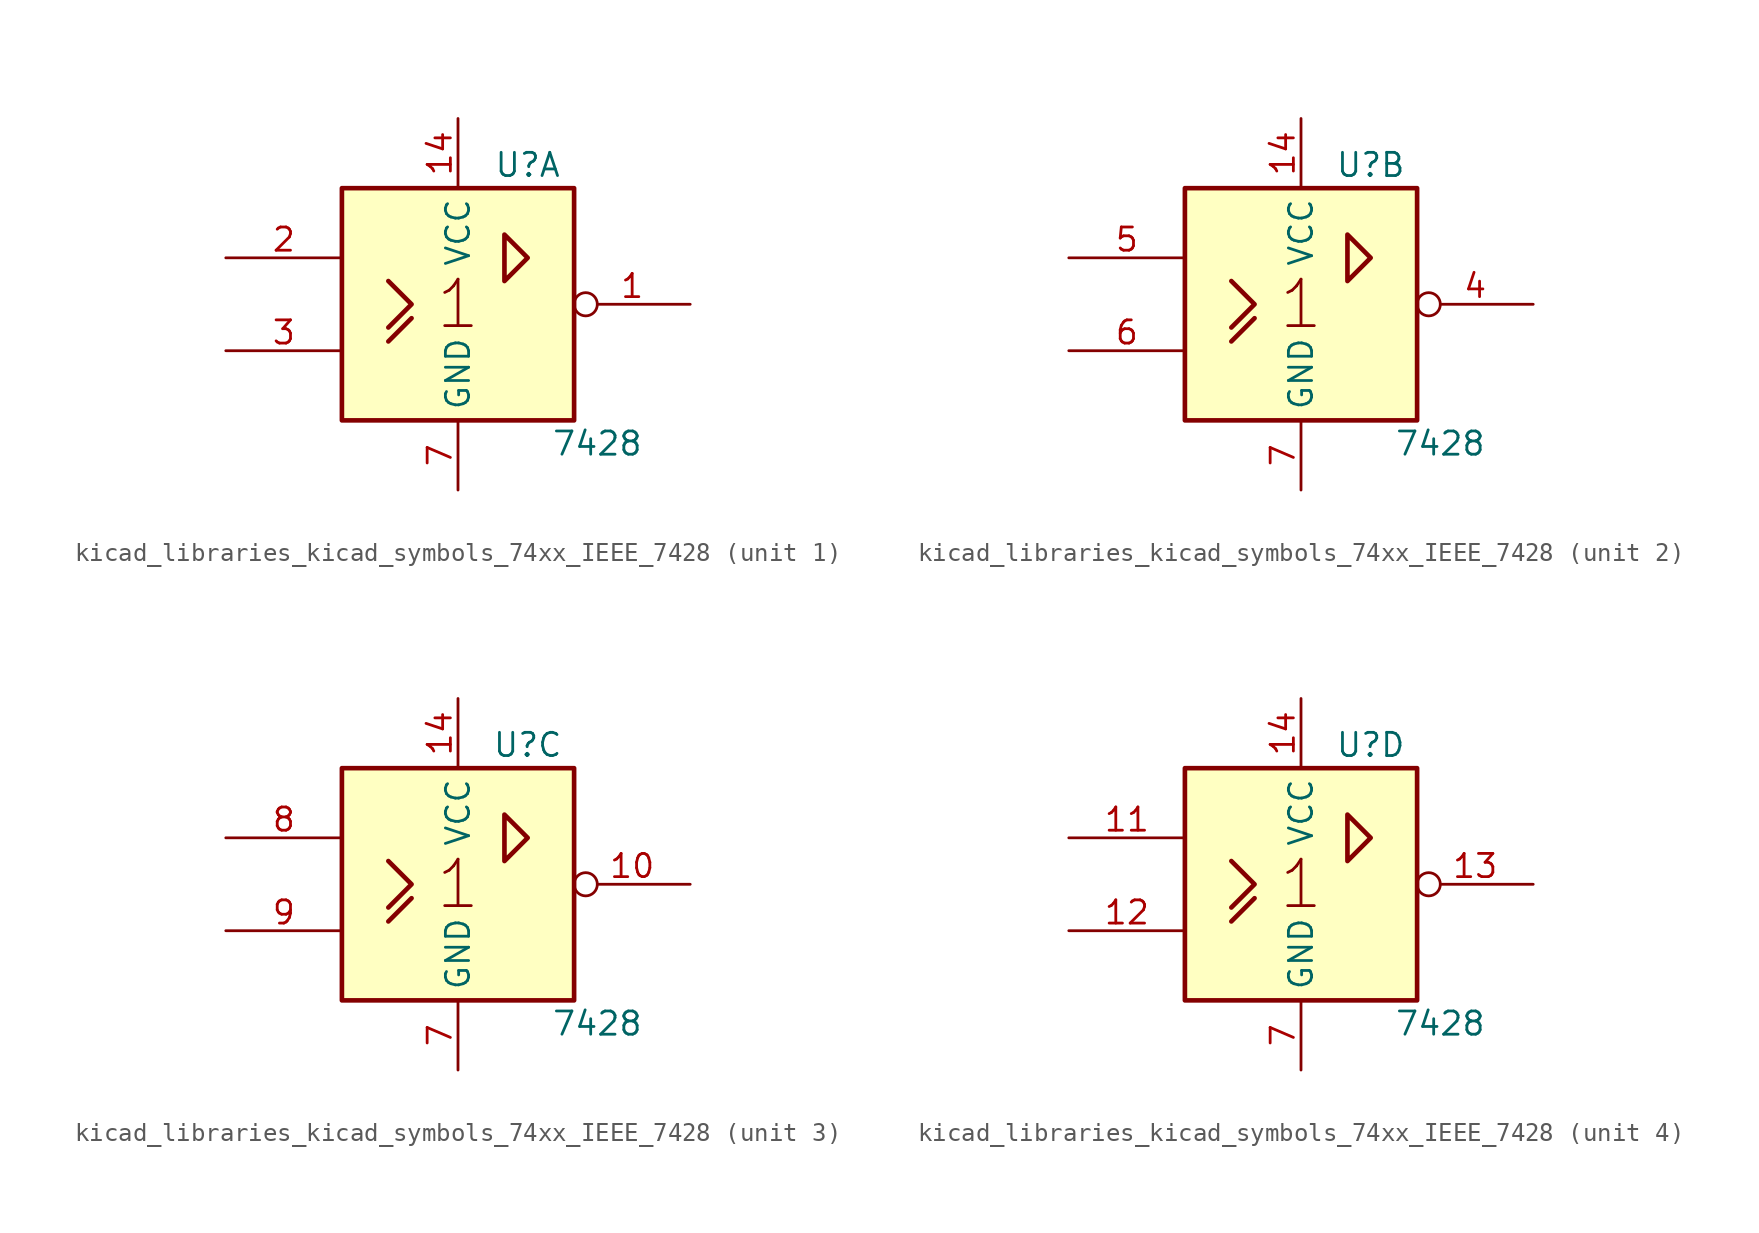
<source format=kicad_sym>
(kicad_symbol_lib
  (version 20220914)
  (generator kicad_symbol_editor)
  (symbol "kicad_libraries_kicad_symbols_74xx_IEEE_7428"
    (property "Reference" "U"
      (at 3.81 7.62 0)
      (effects (font (size 1.27 1.27))))
    (property "Value" "7428"
      (at 7.62 -7.62 0)
      (effects (font (size 1.27 1.27))))
    (symbol "kicad_libraries_kicad_symbols_74xx_IEEE_7428_0_0"
      (polyline (pts (xy -3.81 -2.032) (xy -2.54 -0.762) (xy -2.54 -0.762)) (stroke (width 0.254) (type default)) (fill (type background)))
      (polyline (pts (xy -3.81 1.27) (xy -2.54 0) (xy -3.81 -1.27) (xy -3.81 -1.27)) (stroke (width 0.254) (type default)) (fill (type background)))
      (text "1" (at 0 0 0) (effects (font (size 2.54 2.54))))
      (pin power_in line (at 0 10.16 270) (length 3.81) (name "VCC" (effects (font (size 1.27 1.27)))) (number "14" (effects (font (size 1.27 1.27)))))
      (pin power_in line (at 0 -10.16 90) (length 3.81) (name "GND" (effects (font (size 1.27 1.27)))) (number "7" (effects (font (size 1.27 1.27))))))
    (symbol "kicad_libraries_kicad_symbols_74xx_IEEE_7428_0_1"
      (rectangle (start -6.35 6.35) (end 6.35 -6.35) (stroke (width 0.254) (type default)) (fill (type background)))
      (polyline (pts (xy 2.54 1.27) (xy 2.54 3.81) (xy 3.81 2.54) (xy 2.54 1.27) (xy 2.54 1.27)) (stroke (width 0.254) (type default)) (fill (type background))))
    (symbol "kicad_libraries_kicad_symbols_74xx_IEEE_7428_1_1"
      (pin output inverted (at 12.7 0 180) (length 6.35) (name "~" (effects (font (size 1.27 1.27)))) (number "1" (effects (font (size 1.27 1.27)))))
      (pin input line (at -12.7 2.54 0) (length 6.35) (name "~" (effects (font (size 1.27 1.27)))) (number "2" (effects (font (size 1.27 1.27)))))
      (pin input line (at -12.7 -2.54 0) (length 6.35) (name "~" (effects (font (size 1.27 1.27)))) (number "3" (effects (font (size 1.27 1.27))))))
    (symbol "kicad_libraries_kicad_symbols_74xx_IEEE_7428_2_1"
      (pin output inverted (at 12.7 0 180) (length 6.35) (name "~" (effects (font (size 1.27 1.27)))) (number "4" (effects (font (size 1.27 1.27)))))
      (pin input line (at -12.7 2.54 0) (length 6.35) (name "~" (effects (font (size 1.27 1.27)))) (number "5" (effects (font (size 1.27 1.27)))))
      (pin input line (at -12.7 -2.54 0) (length 6.35) (name "~" (effects (font (size 1.27 1.27)))) (number "6" (effects (font (size 1.27 1.27))))))
    (symbol "kicad_libraries_kicad_symbols_74xx_IEEE_7428_3_1"
      (pin output inverted (at 12.7 0 180) (length 6.35) (name "~" (effects (font (size 1.27 1.27)))) (number "10" (effects (font (size 1.27 1.27)))))
      (pin input line (at -12.7 2.54 0) (length 6.35) (name "~" (effects (font (size 1.27 1.27)))) (number "8" (effects (font (size 1.27 1.27)))))
      (pin input line (at -12.7 -2.54 0) (length 6.35) (name "~" (effects (font (size 1.27 1.27)))) (number "9" (effects (font (size 1.27 1.27))))))
    (symbol "kicad_libraries_kicad_symbols_74xx_IEEE_7428_4_1"
      (pin input line (at -12.7 2.54 0) (length 6.35) (name "~" (effects (font (size 1.27 1.27)))) (number "11" (effects (font (size 1.27 1.27)))))
      (pin input line (at -12.7 -2.54 0) (length 6.35) (name "~" (effects (font (size 1.27 1.27)))) (number "12" (effects (font (size 1.27 1.27)))))
      (pin output inverted (at 12.7 0 180) (length 6.35) (name "~" (effects (font (size 1.27 1.27)))) (number "13" (effects (font (size 1.27 1.27))))))))
</source>
